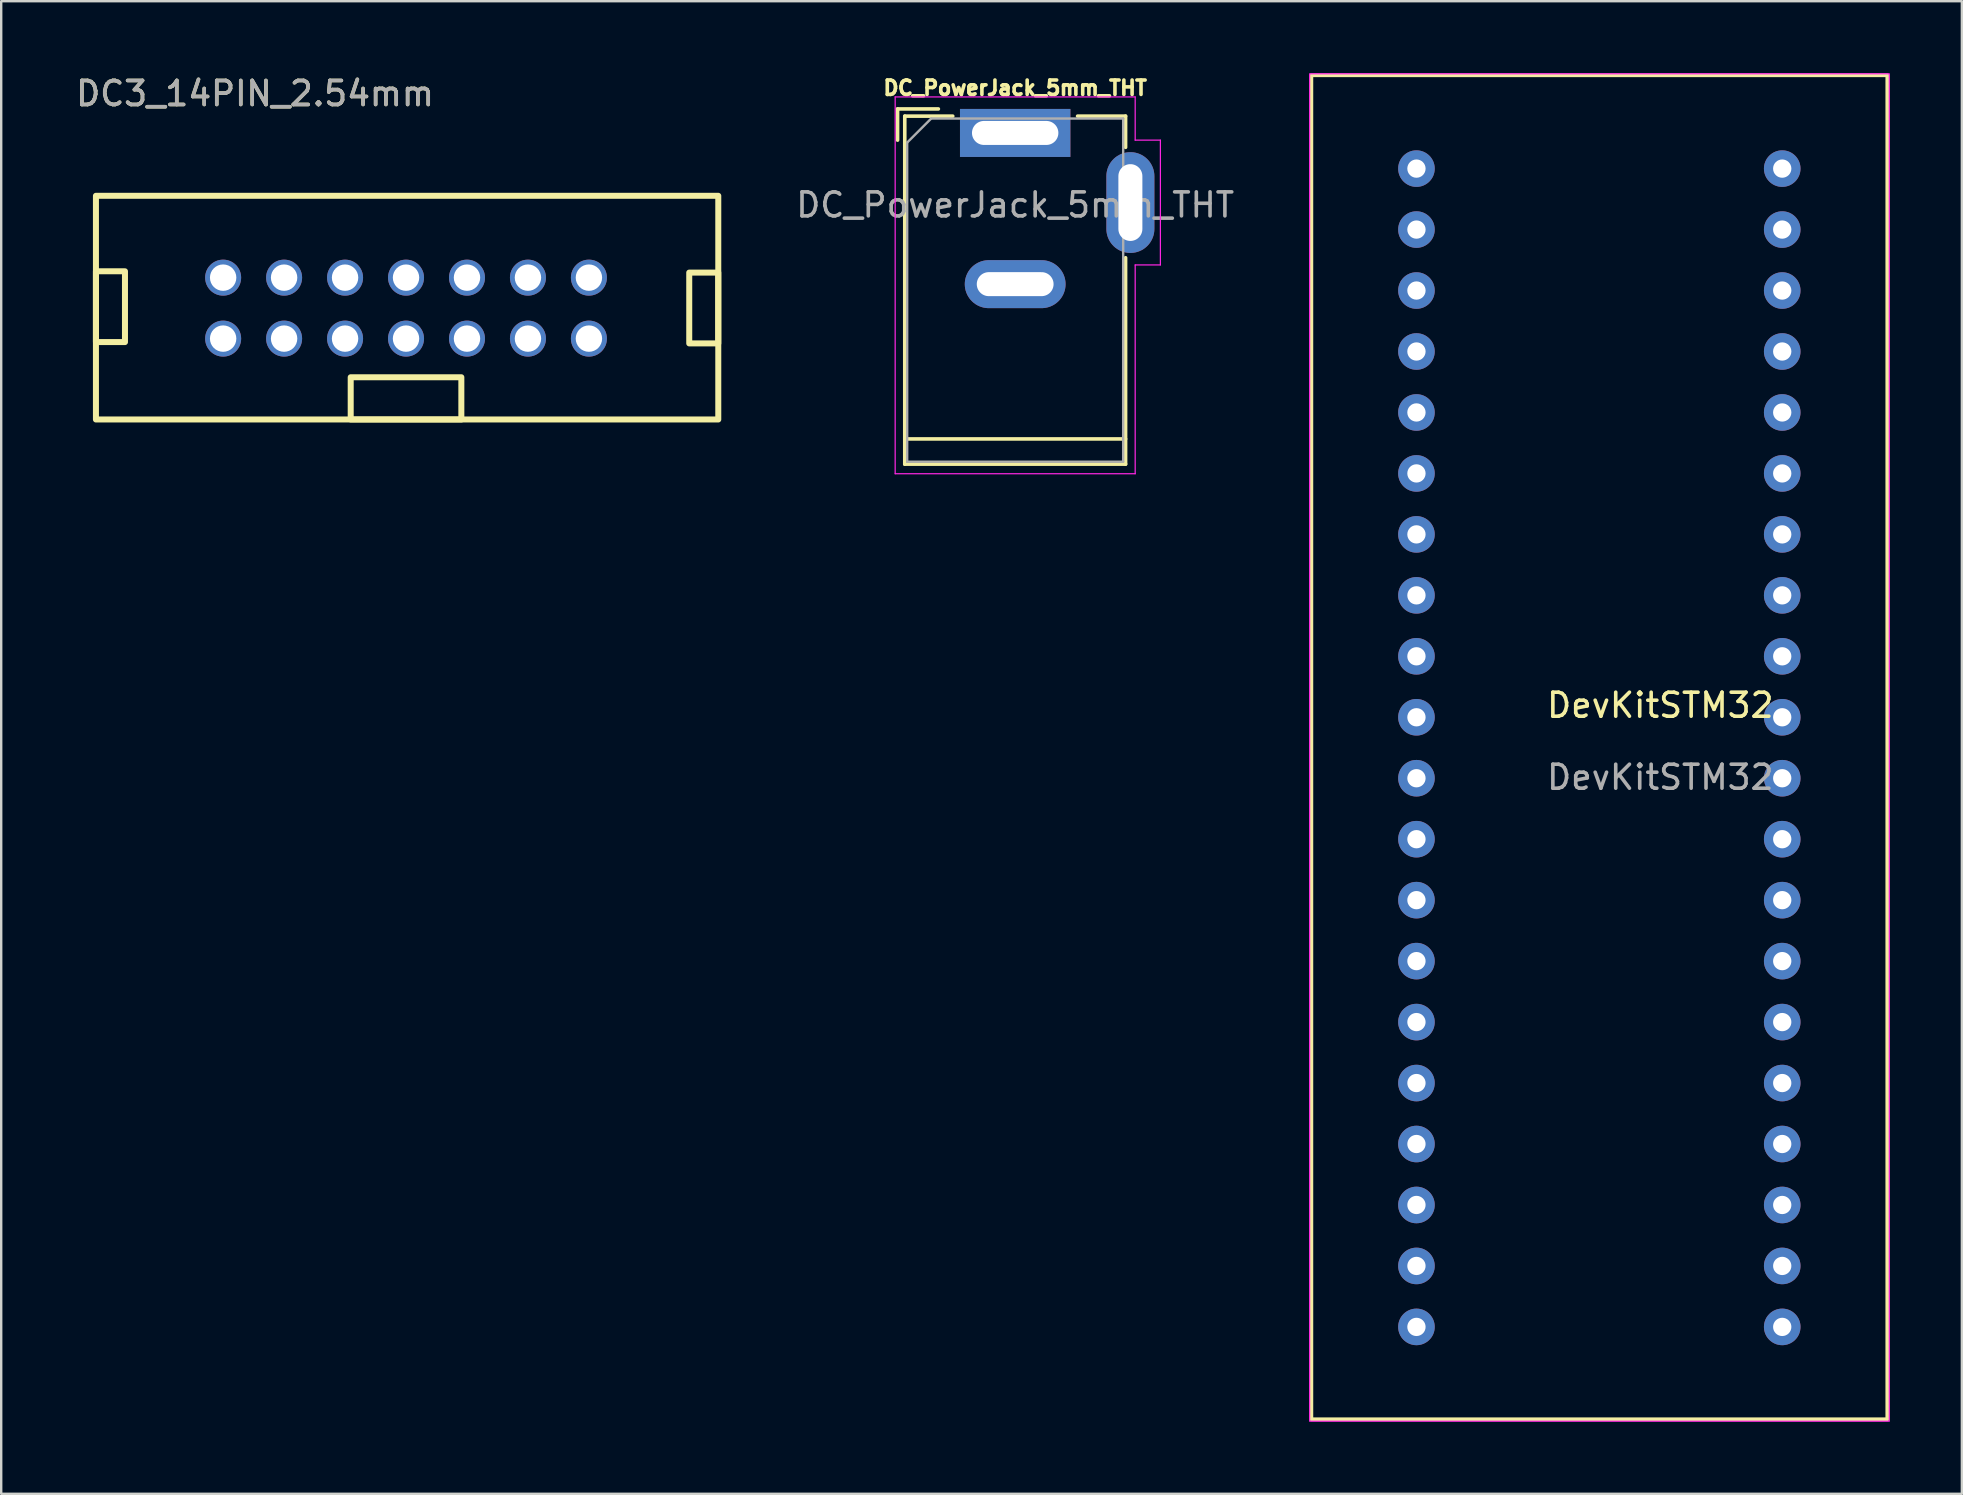
<source format=kicad_pcb>
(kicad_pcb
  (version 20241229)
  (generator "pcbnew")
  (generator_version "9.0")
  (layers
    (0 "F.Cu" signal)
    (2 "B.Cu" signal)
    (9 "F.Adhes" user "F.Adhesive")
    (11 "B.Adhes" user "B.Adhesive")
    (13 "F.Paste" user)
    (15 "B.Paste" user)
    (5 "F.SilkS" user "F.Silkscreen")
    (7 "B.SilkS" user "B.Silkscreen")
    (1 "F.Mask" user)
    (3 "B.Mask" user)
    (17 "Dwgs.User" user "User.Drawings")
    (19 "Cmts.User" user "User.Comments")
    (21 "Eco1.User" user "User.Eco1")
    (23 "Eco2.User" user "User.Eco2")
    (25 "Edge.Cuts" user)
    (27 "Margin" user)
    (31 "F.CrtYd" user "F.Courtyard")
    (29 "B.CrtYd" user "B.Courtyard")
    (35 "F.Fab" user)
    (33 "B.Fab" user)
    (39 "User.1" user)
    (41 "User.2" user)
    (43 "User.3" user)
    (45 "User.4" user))
  (footprint "DC_PowerJack_5mm_THT"
    (layer "F.Cu")
    (at 39.247 2.489)
    (property "Reference" "DC_PowerJack_5mm_THT" (at 0 -1.875 0) (layer "F.SilkS") (effects (font (size 0.6 0.6) (thickness 0.15))))
    (attr through_hole)
    (fp_line (start -4.9 -1) (end -4.9 0.3) (stroke (width 0.15) (type solid)) (layer "F.SilkS"))
    (fp_line (start -4.6 -0.7) (end -2.6 -0.7) (stroke (width 0.15) (type solid)) (layer "F.SilkS"))
    (fp_line (start -4.6 12.75) (end 4.6 12.75) (stroke (width 0.15) (type solid)) (layer "F.SilkS"))
    (fp_line (start -4.6 13.8) (end -4.6 -0.7) (stroke (width 0.15) (type solid)) (layer "F.SilkS"))
    (fp_line (start -3.2 -1) (end -4.9 -1) (stroke (width 0.15) (type solid)) (layer "F.SilkS"))
    (fp_line (start 2.6 -0.7) (end 4.6 -0.7) (stroke (width 0.15) (type solid)) (layer "F.SilkS"))
    (fp_line (start 4.6 -0.7) (end 4.6 0.6) (stroke (width 0.15) (type solid)) (layer "F.SilkS"))
    (fp_line (start 4.6 5.2) (end 4.6 13.8) (stroke (width 0.15) (type solid)) (layer "F.SilkS"))
    (fp_line (start 4.6 13.8) (end -4.6 13.8) (stroke (width 0.15) (type solid)) (layer "F.SilkS"))
    (fp_line (start -5 -1.5) (end -5 14.2) (stroke (width 0.05) (type solid)) (layer "F.CrtYd"))
    (fp_line (start -5 14.2) (end 5 14.2) (stroke (width 0.05) (type solid)) (layer "F.CrtYd"))
    (fp_line (start 5 -1.5) (end -5 -1.5) (stroke (width 0.05) (type solid)) (layer "F.CrtYd"))
    (fp_line (start 5 0.3) (end 5 -1.5) (stroke (width 0.05) (type default)) (layer "F.CrtYd"))
    (fp_line (start 5 14.2) (end 5 5.5) (stroke (width 0.05) (type solid)) (layer "F.CrtYd"))
    (fp_line (start 6.05 0.3) (end 5 0.3) (stroke (width 0.05) (type default)) (layer "F.CrtYd"))
    (fp_line (start 6.05 0.3) (end 6.05 5.5) (stroke (width 0.05) (type solid)) (layer "F.CrtYd"))
    (fp_line (start 6.05 5.5) (end 5 5.5) (stroke (width 0.05) (type solid)) (layer "F.CrtYd"))
    (fp_line (start -4.5 0.4) (end -3.5 -0.6) (stroke (width 0.1) (type solid)) (layer "F.Fab"))
    (fp_line (start -4.5 13.7) (end -4.5 0.4) (stroke (width 0.1) (type solid)) (layer "F.Fab"))
    (fp_line (start 4.5 -0.6) (end -3.5 -0.6) (stroke (width 0.1) (type solid)) (layer "F.Fab"))
    (fp_line (start 4.5 -0.6) (end 4.5 13.7) (stroke (width 0.1) (type solid)) (layer "F.Fab"))
    (fp_line (start 4.5 13.7) (end -4.5 13.7) (stroke (width 0.1) (type solid)) (layer "F.Fab"))
    (fp_text user "${REFERENCE}" (at 0 3 0) (layer "F.Fab") (effects (font (size 1 1) (thickness 0.15))))
    (pad "1" thru_hole rect (at 0 0) (size 4.6 2) (drill oval 3.6 1) (layers "*.Cu" "*.Mask"))
    (pad "2" thru_hole oval (at 0 6.3) (size 4.2 2) (drill oval 3.2 1) (layers "*.Cu" "*.Mask"))
    (pad "3" thru_hole oval (at 4.8 2.9) (size 2 4.2) (drill oval 1 3.2) (layers "*.Cu" "*.Mask")))
  (footprint "DevKitSTM32"
    (layer "F.Cu")
    (at 63.586 26.835)
    (property "Reference" "DevKitSTM32" (at 2.54 -0.5 0) (unlocked yes) (layer "F.SilkS") (effects (font (size 1 1) (thickness 0.15))))
    (attr through_hole)
    (fp_rect (start -12 -26.75) (end 12 29.25) (stroke (width 0.159) (type solid)) (fill no) (layer "F.SilkS"))
    (fp_rect (start -12.07 -26.81) (end 12.08 29.33) (stroke (width 0.05) (type solid)) (fill no) (layer "F.CrtYd"))
    (fp_text user "${REFERENCE}" (at 2.54 2.5 0) (unlocked yes) (layer "F.Fab") (effects (font (size 1 1) (thickness 0.15))))
    (pad "1" thru_hole circle (at -7.62 -22.86) (size 1.524 1.524) (drill 0.762) (layers "*.Cu" "*.Mask"))
    (pad "2" thru_hole circle (at -7.62 -20.32) (size 1.524 1.524) (drill 0.762) (layers "*.Cu" "*.Mask"))
    (pad "3" thru_hole circle (at -7.62 -17.78) (size 1.524 1.524) (drill 0.762) (layers "*.Cu" "*.Mask"))
    (pad "4" thru_hole circle (at -7.62 -15.24) (size 1.524 1.524) (drill 0.762) (layers "*.Cu" "*.Mask"))
    (pad "5" thru_hole circle (at -7.62 -12.7) (size 1.524 1.524) (drill 0.762) (layers "*.Cu" "*.Mask"))
    (pad "6" thru_hole circle (at -7.62 -10.16) (size 1.524 1.524) (drill 0.762) (layers "*.Cu" "*.Mask"))
    (pad "7" thru_hole circle (at -7.62 -7.62) (size 1.524 1.524) (drill 0.762) (layers "*.Cu" "*.Mask"))
    (pad "8" thru_hole circle (at -7.62 -5.08) (size 1.524 1.524) (drill 0.762) (layers "*.Cu" "*.Mask"))
    (pad "9" thru_hole circle (at -7.62 -2.54) (size 1.524 1.524) (drill 0.762) (layers "*.Cu" "*.Mask"))
    (pad "10" thru_hole circle (at -7.62 0) (size 1.524 1.524) (drill 0.762) (layers "*.Cu" "*.Mask"))
    (pad "11" thru_hole circle (at -7.62 2.54) (size 1.524 1.524) (drill 0.762) (layers "*.Cu" "*.Mask"))
    (pad "12" thru_hole circle (at -7.62 5.08) (size 1.524 1.524) (drill 0.762) (layers "*.Cu" "*.Mask"))
    (pad "13" thru_hole circle (at -7.62 7.62) (size 1.524 1.524) (drill 0.762) (layers "*.Cu" "*.Mask"))
    (pad "14" thru_hole circle (at -7.62 10.16) (size 1.524 1.524) (drill 0.762) (layers "*.Cu" "*.Mask"))
    (pad "15" thru_hole circle (at -7.62 12.7) (size 1.524 1.524) (drill 0.762) (layers "*.Cu" "*.Mask"))
    (pad "16" thru_hole circle (at -7.62 15.24) (size 1.524 1.524) (drill 0.762) (layers "*.Cu" "*.Mask"))
    (pad "17" thru_hole circle (at -7.62 17.78) (size 1.524 1.524) (drill 0.762) (layers "*.Cu" "*.Mask"))
    (pad "18" thru_hole circle (at -7.62 20.32) (size 1.524 1.524) (drill 0.762) (layers "*.Cu" "*.Mask"))
    (pad "19" thru_hole circle (at -7.62 22.86) (size 1.524 1.524) (drill 0.762) (layers "*.Cu" "*.Mask"))
    (pad "20" thru_hole circle (at -7.62 25.4) (size 1.524 1.524) (drill 0.762) (layers "*.Cu" "*.Mask"))
    (pad "21" thru_hole circle (at 7.62 -22.86) (size 1.524 1.524) (drill 0.762) (layers "*.Cu" "*.Mask"))
    (pad "22" thru_hole circle (at 7.62 -20.32) (size 1.524 1.524) (drill 0.762) (layers "*.Cu" "*.Mask"))
    (pad "23" thru_hole circle (at 7.62 -17.78) (size 1.524 1.524) (drill 0.762) (layers "*.Cu" "*.Mask"))
    (pad "24" thru_hole circle (at 7.62 -15.24) (size 1.524 1.524) (drill 0.762) (layers "*.Cu" "*.Mask"))
    (pad "25" thru_hole circle (at 7.62 -12.7) (size 1.524 1.524) (drill 0.762) (layers "*.Cu" "*.Mask"))
    (pad "26" thru_hole circle (at 7.62 -10.16) (size 1.524 1.524) (drill 0.762) (layers "*.Cu" "*.Mask"))
    (pad "27" thru_hole circle (at 7.62 -7.62) (size 1.524 1.524) (drill 0.762) (layers "*.Cu" "*.Mask"))
    (pad "28" thru_hole circle (at 7.62 -5.08) (size 1.524 1.524) (drill 0.762) (layers "*.Cu" "*.Mask"))
    (pad "29" thru_hole circle (at 7.62 -2.54) (size 1.524 1.524) (drill 0.762) (layers "*.Cu" "*.Mask"))
    (pad "30" thru_hole circle (at 7.62 0) (size 1.524 1.524) (drill 0.762) (layers "*.Cu" "*.Mask"))
    (pad "31" thru_hole circle (at 7.62 2.54) (size 1.524 1.524) (drill 0.762) (layers "*.Cu" "*.Mask"))
    (pad "32" thru_hole circle (at 7.62 5.08) (size 1.524 1.524) (drill 0.762) (layers "*.Cu" "*.Mask"))
    (pad "33" thru_hole circle (at 7.62 7.62) (size 1.524 1.524) (drill 0.762) (layers "*.Cu" "*.Mask"))
    (pad "34" thru_hole circle (at 7.62 10.16) (size 1.524 1.524) (drill 0.762) (layers "*.Cu" "*.Mask"))
    (pad "35" thru_hole circle (at 7.62 12.7) (size 1.524 1.524) (drill 0.762) (layers "*.Cu" "*.Mask"))
    (pad "36" thru_hole circle (at 7.62 15.24) (size 1.524 1.524) (drill 0.762) (layers "*.Cu" "*.Mask"))
    (pad "37" thru_hole circle (at 7.62 17.78) (size 1.524 1.524) (drill 0.762) (layers "*.Cu" "*.Mask"))
    (pad "38" thru_hole circle (at 7.62 20.32) (size 1.524 1.524) (drill 0.762) (layers "*.Cu" "*.Mask"))
    (pad "39" thru_hole circle (at 7.62 22.86) (size 1.524 1.524) (drill 0.762) (layers "*.Cu" "*.Mask"))
    (pad "40" thru_hole circle (at 7.62 25.4) (size 1.524 1.524) (drill 0.762) (layers "*.Cu" "*.Mask")))
  (footprint "DC3_14PIN_2.54mm"
    (layer "F.Cu")
    (at 13.867 9.788)
    (property "Reference" "DC3_14PIN_2.54mm" (at -6.29 -8.94 0) (unlocked yes) (layer "F.SilkS") (effects (font (size 1 1) (thickness 0.15))))
    (attr through_hole)
    (fp_rect (start -12.92 -4.68) (end 13.01 4.64) (stroke (width 0.25) (type solid)) (fill no) (layer "F.SilkS"))
    (fp_rect (start -11.71 -1.535) (end -12.92 1.415) (stroke (width 0.25) (type solid)) (fill no) (layer "F.SilkS"))
    (fp_rect (start -2.305 2.88) (end 2.305 4.64) (stroke (width 0.25) (type solid)) (fill no) (layer "F.SilkS"))
    (fp_rect (start 13.01 -1.48) (end 11.8 1.47) (stroke (width 0.25) (type solid)) (fill no) (layer "F.SilkS"))
    (fp_text user "${REFERENCE}" (at -6.29 -8.94 0) (unlocked yes) (layer "F.Fab") (effects (font (size 1 1) (thickness 0.15))))
    (pad "1" thru_hole circle (at -7.62 -1.27) (size 1.5 1.5) (drill 1.1) (layers "*.Cu" "*.Mask"))
    (pad "2" thru_hole circle (at -5.08 -1.27) (size 1.5 1.5) (drill 1.1) (layers "*.Cu" "*.Mask"))
    (pad "3" thru_hole circle (at -2.54 -1.27) (size 1.5 1.5) (drill 1.1) (layers "*.Cu" "*.Mask"))
    (pad "4" thru_hole circle (at 0 -1.27) (size 1.5 1.5) (drill 1.1) (layers "*.Cu" "*.Mask"))
    (pad "5" thru_hole circle (at 2.54 -1.27) (size 1.5 1.5) (drill 1.1) (layers "*.Cu" "*.Mask"))
    (pad "6" thru_hole circle (at 5.08 -1.27) (size 1.5 1.5) (drill 1.1) (layers "*.Cu" "*.Mask"))
    (pad "7" thru_hole circle (at 7.62 -1.27) (size 1.5 1.5) (drill 1.1) (layers "*.Cu" "*.Mask"))
    (pad "8" thru_hole circle (at -7.62 1.27) (size 1.5 1.5) (drill 1.1) (layers "*.Cu" "*.Mask"))
    (pad "9" thru_hole circle (at -5.08 1.27) (size 1.5 1.5) (drill 1.1) (layers "*.Cu" "*.Mask"))
    (pad "10" thru_hole circle (at -2.54 1.27) (size 1.5 1.5) (drill 1.1) (layers "*.Cu" "*.Mask"))
    (pad "11" thru_hole circle (at 0 1.27) (size 1.5 1.5) (drill 1.1) (layers "*.Cu" "*.Mask"))
    (pad "12" thru_hole circle (at 2.54 1.27) (size 1.5 1.5) (drill 1.1) (layers "*.Cu" "*.Mask"))
    (pad "13" thru_hole circle (at 5.08 1.27) (size 1.5 1.5) (drill 1.1) (layers "*.Cu" "*.Mask"))
    (pad "14" thru_hole circle (at 7.62 1.27) (size 1.5 1.5) (drill 1.1) (layers "*.Cu" "*.Mask")))
  (gr_rect
    (start -3 -3)
    (end 78.691 59.19)
    (stroke (width 0.1) (type default))
    (fill no)
    (layer "Edge.Cuts")))
</source>
